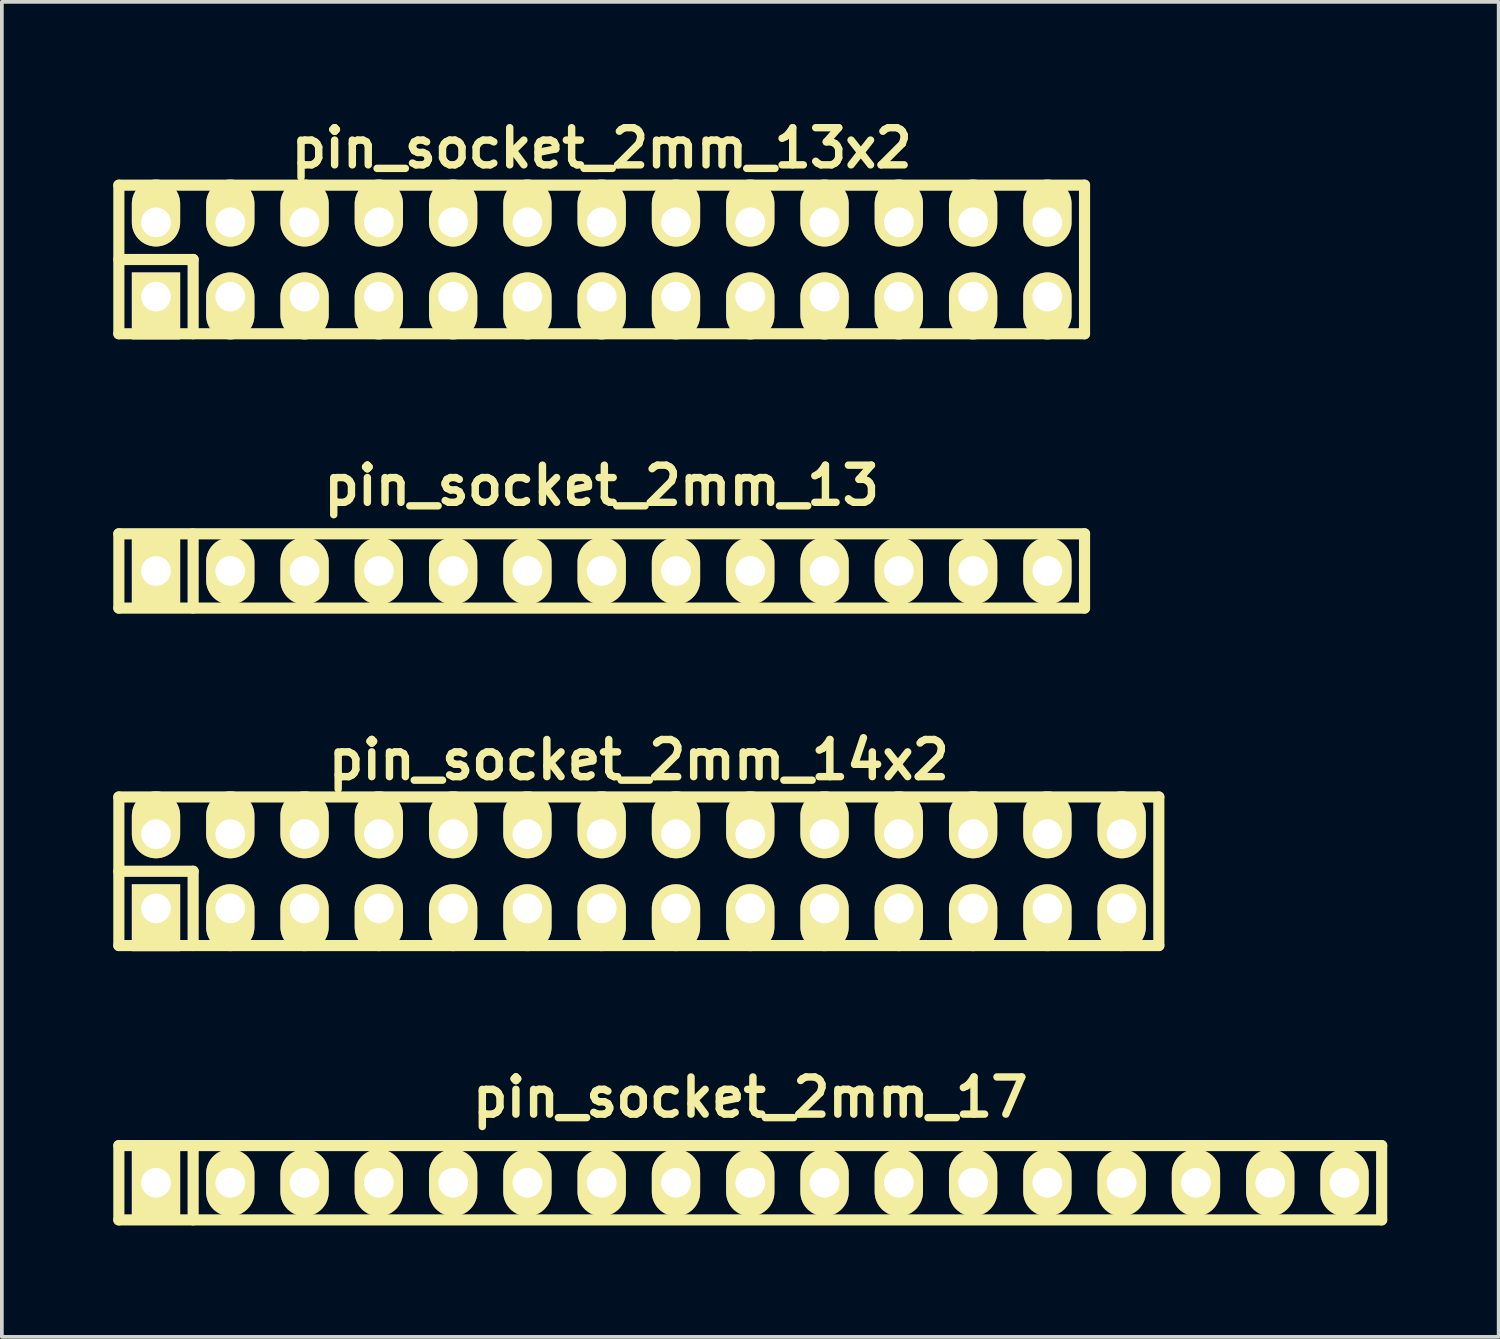
<source format=kicad_pcb>
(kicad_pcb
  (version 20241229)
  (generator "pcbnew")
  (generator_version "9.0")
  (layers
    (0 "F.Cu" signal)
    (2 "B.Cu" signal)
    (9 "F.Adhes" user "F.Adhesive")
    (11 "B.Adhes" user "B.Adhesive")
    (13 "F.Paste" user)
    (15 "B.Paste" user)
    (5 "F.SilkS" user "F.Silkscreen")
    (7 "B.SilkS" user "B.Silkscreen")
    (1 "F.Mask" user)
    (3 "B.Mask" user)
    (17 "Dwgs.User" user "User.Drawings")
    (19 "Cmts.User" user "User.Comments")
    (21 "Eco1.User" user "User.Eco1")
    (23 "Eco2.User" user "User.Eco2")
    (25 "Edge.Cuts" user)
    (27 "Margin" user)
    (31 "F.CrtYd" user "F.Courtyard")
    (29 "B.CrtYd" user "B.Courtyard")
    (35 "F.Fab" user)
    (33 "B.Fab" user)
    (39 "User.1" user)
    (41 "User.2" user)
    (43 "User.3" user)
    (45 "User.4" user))
  (footprint "pin_socket_2mm_14x2"
    (layer "F.Cu")
    (at 14.15 20.408)
    (property "Reference" "pin_socket_2mm_14x2" (at 0 -3 0) (layer "F.SilkS") (effects (font (size 1 1) (thickness 0.2))))
    (attr through_hole)
    (fp_line (start -14 -2) (end 14 -2) (stroke (width 0.3) (type solid)) (layer "F.SilkS"))
    (fp_line (start -14 0) (end -12 0) (stroke (width 0.3) (type solid)) (layer "F.SilkS"))
    (fp_line (start -14 2) (end -14 -2) (stroke (width 0.3) (type solid)) (layer "F.SilkS"))
    (fp_line (start -12 0) (end -12 2) (stroke (width 0.3) (type solid)) (layer "F.SilkS"))
    (fp_line (start 14 -2) (end 14 2) (stroke (width 0.3) (type solid)) (layer "F.SilkS"))
    (fp_line (start 14 2) (end -14 2) (stroke (width 0.3) (type solid)) (layer "F.SilkS"))
    (pad "1" thru_hole rect (at -13 1) (size 1.3 1.8) (drill 0.8 (offset 0 0.25)) (layers "*.Cu" "*.Mask" "F.SilkS"))
    (pad "2" thru_hole oval (at -13 -1) (size 1.3 1.8) (drill 0.8 (offset 0 -0.25)) (layers "*.Cu" "*.Mask" "F.SilkS"))
    (pad "3" thru_hole oval (at -11 1) (size 1.3 1.8) (drill 0.8 (offset 0 0.25)) (layers "*.Cu" "*.Mask" "F.SilkS"))
    (pad "4" thru_hole oval (at -11 -1) (size 1.3 1.8) (drill 0.8 (offset 0 -0.25)) (layers "*.Cu" "*.Mask" "F.SilkS"))
    (pad "5" thru_hole oval (at -9 1) (size 1.3 1.8) (drill 0.8 (offset 0 0.25)) (layers "*.Cu" "*.Mask" "F.SilkS"))
    (pad "6" thru_hole oval (at -9 -1) (size 1.3 1.8) (drill 0.8 (offset 0 -0.25)) (layers "*.Cu" "*.Mask" "F.SilkS"))
    (pad "7" thru_hole oval (at -7 1) (size 1.3 1.8) (drill 0.8 (offset 0 0.25)) (layers "*.Cu" "*.Mask" "F.SilkS"))
    (pad "8" thru_hole oval (at -7 -1) (size 1.3 1.8) (drill 0.8 (offset 0 -0.25)) (layers "*.Cu" "*.Mask" "F.SilkS"))
    (pad "9" thru_hole oval (at -5 1) (size 1.3 1.8) (drill 0.8 (offset 0 0.25)) (layers "*.Cu" "*.Mask" "F.SilkS"))
    (pad "10" thru_hole oval (at -5 -1) (size 1.3 1.8) (drill 0.8 (offset 0 -0.25)) (layers "*.Cu" "*.Mask" "F.SilkS"))
    (pad "11" thru_hole oval (at -3 1) (size 1.3 1.8) (drill 0.8 (offset 0 0.25)) (layers "*.Cu" "*.Mask" "F.SilkS"))
    (pad "12" thru_hole oval (at -3 -1) (size 1.3 1.8) (drill 0.8 (offset 0 -0.25)) (layers "*.Cu" "*.Mask" "F.SilkS"))
    (pad "13" thru_hole oval (at -1 1) (size 1.3 1.8) (drill 0.8 (offset 0 0.25)) (layers "*.Cu" "*.Mask" "F.SilkS"))
    (pad "14" thru_hole oval (at -1 -1) (size 1.3 1.8) (drill 0.8 (offset 0 -0.25)) (layers "*.Cu" "*.Mask" "F.SilkS"))
    (pad "15" thru_hole oval (at 1 1) (size 1.3 1.8) (drill 0.8 (offset 0 0.25)) (layers "*.Cu" "*.Mask" "F.SilkS"))
    (pad "16" thru_hole oval (at 1 -1) (size 1.3 1.8) (drill 0.8 (offset 0 -0.25)) (layers "*.Cu" "*.Mask" "F.SilkS"))
    (pad "17" thru_hole oval (at 3 1) (size 1.3 1.8) (drill 0.8 (offset 0 0.25)) (layers "*.Cu" "*.Mask" "F.SilkS"))
    (pad "18" thru_hole oval (at 3 -1) (size 1.3 1.8) (drill 0.8 (offset 0 -0.25)) (layers "*.Cu" "*.Mask" "F.SilkS"))
    (pad "19" thru_hole oval (at 5 1) (size 1.3 1.8) (drill 0.8 (offset 0 0.25)) (layers "*.Cu" "*.Mask" "F.SilkS"))
    (pad "20" thru_hole oval (at 5 -1) (size 1.3 1.8) (drill 0.8 (offset 0 -0.25)) (layers "*.Cu" "*.Mask" "F.SilkS"))
    (pad "21" thru_hole oval (at 7 1) (size 1.3 1.8) (drill 0.8 (offset 0 0.25)) (layers "*.Cu" "*.Mask" "F.SilkS"))
    (pad "22" thru_hole oval (at 7 -1) (size 1.3 1.8) (drill 0.8 (offset 0 -0.25)) (layers "*.Cu" "*.Mask" "F.SilkS"))
    (pad "23" thru_hole oval (at 9 1) (size 1.3 1.8) (drill 0.8 (offset 0 0.25)) (layers "*.Cu" "*.Mask" "F.SilkS"))
    (pad "24" thru_hole oval (at 9 -1) (size 1.3 1.8) (drill 0.8 (offset 0 -0.25)) (layers "*.Cu" "*.Mask" "F.SilkS"))
    (pad "25" thru_hole oval (at 11 1) (size 1.3 1.8) (drill 0.8 (offset 0 0.25)) (layers "*.Cu" "*.Mask" "F.SilkS"))
    (pad "26" thru_hole oval (at 11 -1) (size 1.3 1.8) (drill 0.8 (offset 0 -0.25)) (layers "*.Cu" "*.Mask" "F.SilkS"))
    (pad "27" thru_hole oval (at 13 1) (size 1.3 1.8) (drill 0.8 (offset 0 0.25)) (layers "*.Cu" "*.Mask" "F.SilkS"))
    (pad "28" thru_hole oval (at 13 -1) (size 1.3 1.8) (drill 0.8 (offset 0 -0.25)) (layers "*.Cu" "*.Mask" "F.SilkS")))
  (footprint "pin_socket_2mm_13x2"
    (layer "F.Cu")
    (at 13.15 3.936)
    (property "Reference" "pin_socket_2mm_13x2" (at 0 -3 0) (layer "F.SilkS") (effects (font (size 1 1) (thickness 0.2))))
    (attr through_hole)
    (fp_line (start -13 -2) (end 13 -2) (stroke (width 0.3) (type solid)) (layer "F.SilkS"))
    (fp_line (start -13 0) (end -11 0) (stroke (width 0.3) (type solid)) (layer "F.SilkS"))
    (fp_line (start -13 2) (end -13 -2) (stroke (width 0.3) (type solid)) (layer "F.SilkS"))
    (fp_line (start -11 0) (end -11 2) (stroke (width 0.3) (type solid)) (layer "F.SilkS"))
    (fp_line (start 13 -2) (end 13 2) (stroke (width 0.3) (type solid)) (layer "F.SilkS"))
    (fp_line (start 13 2) (end -13 2) (stroke (width 0.3) (type solid)) (layer "F.SilkS"))
    (pad "1" thru_hole rect (at -12 1) (size 1.3 1.8) (drill 0.8 (offset 0 0.25)) (layers "*.Cu" "*.Mask" "F.SilkS"))
    (pad "2" thru_hole oval (at -12 -1) (size 1.3 1.8) (drill 0.8 (offset 0 -0.25)) (layers "*.Cu" "*.Mask" "F.SilkS"))
    (pad "3" thru_hole oval (at -10 1) (size 1.3 1.8) (drill 0.8 (offset 0 0.25)) (layers "*.Cu" "*.Mask" "F.SilkS"))
    (pad "4" thru_hole oval (at -10 -1) (size 1.3 1.8) (drill 0.8 (offset 0 -0.25)) (layers "*.Cu" "*.Mask" "F.SilkS"))
    (pad "5" thru_hole oval (at -8 1) (size 1.3 1.8) (drill 0.8 (offset 0 0.25)) (layers "*.Cu" "*.Mask" "F.SilkS"))
    (pad "6" thru_hole oval (at -8 -1) (size 1.3 1.8) (drill 0.8 (offset 0 -0.25)) (layers "*.Cu" "*.Mask" "F.SilkS"))
    (pad "7" thru_hole oval (at -6 1) (size 1.3 1.8) (drill 0.8 (offset 0 0.25)) (layers "*.Cu" "*.Mask" "F.SilkS"))
    (pad "8" thru_hole oval (at -6 -1) (size 1.3 1.8) (drill 0.8 (offset 0 -0.25)) (layers "*.Cu" "*.Mask" "F.SilkS"))
    (pad "9" thru_hole oval (at -4 1) (size 1.3 1.8) (drill 0.8 (offset 0 0.25)) (layers "*.Cu" "*.Mask" "F.SilkS"))
    (pad "10" thru_hole oval (at -4 -1) (size 1.3 1.8) (drill 0.8 (offset 0 -0.25)) (layers "*.Cu" "*.Mask" "F.SilkS"))
    (pad "11" thru_hole oval (at -2 1) (size 1.3 1.8) (drill 0.8 (offset 0 0.25)) (layers "*.Cu" "*.Mask" "F.SilkS"))
    (pad "12" thru_hole oval (at -2 -1) (size 1.3 1.8) (drill 0.8 (offset 0 -0.25)) (layers "*.Cu" "*.Mask" "F.SilkS"))
    (pad "13" thru_hole oval (at 0 1) (size 1.3 1.8) (drill 0.8 (offset 0 0.25)) (layers "*.Cu" "*.Mask" "F.SilkS"))
    (pad "14" thru_hole oval (at 0 -1) (size 1.3 1.8) (drill 0.8 (offset 0 -0.25)) (layers "*.Cu" "*.Mask" "F.SilkS"))
    (pad "15" thru_hole oval (at 2 1) (size 1.3 1.8) (drill 0.8 (offset 0 0.25)) (layers "*.Cu" "*.Mask" "F.SilkS"))
    (pad "16" thru_hole oval (at 2 -1) (size 1.3 1.8) (drill 0.8 (offset 0 -0.25)) (layers "*.Cu" "*.Mask" "F.SilkS"))
    (pad "17" thru_hole oval (at 4 1) (size 1.3 1.8) (drill 0.8 (offset 0 0.25)) (layers "*.Cu" "*.Mask" "F.SilkS"))
    (pad "18" thru_hole oval (at 4 -1) (size 1.3 1.8) (drill 0.8 (offset 0 -0.25)) (layers "*.Cu" "*.Mask" "F.SilkS"))
    (pad "19" thru_hole oval (at 6 1) (size 1.3 1.8) (drill 0.8 (offset 0 0.25)) (layers "*.Cu" "*.Mask" "F.SilkS"))
    (pad "20" thru_hole oval (at 6 -1) (size 1.3 1.8) (drill 0.8 (offset 0 -0.25)) (layers "*.Cu" "*.Mask" "F.SilkS"))
    (pad "21" thru_hole oval (at 8 1) (size 1.3 1.8) (drill 0.8 (offset 0 0.25)) (layers "*.Cu" "*.Mask" "F.SilkS"))
    (pad "22" thru_hole oval (at 8 -1) (size 1.3 1.8) (drill 0.8 (offset 0 -0.25)) (layers "*.Cu" "*.Mask" "F.SilkS"))
    (pad "23" thru_hole oval (at 10 1) (size 1.3 1.8) (drill 0.8 (offset 0 0.25)) (layers "*.Cu" "*.Mask" "F.SilkS"))
    (pad "24" thru_hole oval (at 10 -1) (size 1.3 1.8) (drill 0.8 (offset 0 -0.25)) (layers "*.Cu" "*.Mask" "F.SilkS"))
    (pad "25" thru_hole oval (at 12 1) (size 1.3 1.8) (drill 0.8 (offset 0 0.25)) (layers "*.Cu" "*.Mask" "F.SilkS"))
    (pad "26" thru_hole oval (at 12 -1) (size 1.3 1.8) (drill 0.8 (offset 0 -0.25)) (layers "*.Cu" "*.Mask" "F.SilkS")))
  (footprint "pin_socket_2mm_13"
    (layer "F.Cu")
    (at 13.15 12.322)
    (property "Reference" "pin_socket_2mm_13" (at 0 -2.3 0) (layer "F.SilkS") (effects (font (size 1 1) (thickness 0.2))))
    (attr through_hole)
    (fp_line (start -13 -1) (end 13 -1) (stroke (width 0.3) (type solid)) (layer "F.SilkS"))
    (fp_line (start -13 1) (end -13 -1) (stroke (width 0.3) (type solid)) (layer "F.SilkS"))
    (fp_line (start -11 -1) (end -11 1) (stroke (width 0.3) (type solid)) (layer "F.SilkS"))
    (fp_line (start 13 -1) (end 13 1) (stroke (width 0.3) (type solid)) (layer "F.SilkS"))
    (fp_line (start 13 1) (end -13 1) (stroke (width 0.3) (type solid)) (layer "F.SilkS"))
    (pad "1" thru_hole rect (at -12 0) (size 1.3 1.8) (drill 0.8) (layers "*.Cu" "*.Mask" "F.SilkS"))
    (pad "2" thru_hole oval (at -10 0) (size 1.3 1.8) (drill 0.8) (layers "*.Cu" "*.Mask" "F.SilkS"))
    (pad "3" thru_hole oval (at -8 0) (size 1.3 1.8) (drill 0.8) (layers "*.Cu" "*.Mask" "F.SilkS"))
    (pad "4" thru_hole oval (at -6 0) (size 1.3 1.8) (drill 0.8) (layers "*.Cu" "*.Mask" "F.SilkS"))
    (pad "5" thru_hole oval (at -4 0) (size 1.3 1.8) (drill 0.8) (layers "*.Cu" "*.Mask" "F.SilkS"))
    (pad "6" thru_hole oval (at -2 0) (size 1.3 1.8) (drill 0.8) (layers "*.Cu" "*.Mask" "F.SilkS"))
    (pad "7" thru_hole oval (at 0 0) (size 1.3 1.8) (drill 0.8) (layers "*.Cu" "*.Mask" "F.SilkS"))
    (pad "8" thru_hole oval (at 2 0) (size 1.3 1.8) (drill 0.8) (layers "*.Cu" "*.Mask" "F.SilkS"))
    (pad "9" thru_hole oval (at 4 0) (size 1.3 1.8) (drill 0.8) (layers "*.Cu" "*.Mask" "F.SilkS"))
    (pad "10" thru_hole oval (at 6 0) (size 1.3 1.8) (drill 0.8) (layers "*.Cu" "*.Mask" "F.SilkS"))
    (pad "11" thru_hole oval (at 8 0) (size 1.3 1.8) (drill 0.8) (layers "*.Cu" "*.Mask" "F.SilkS"))
    (pad "12" thru_hole oval (at 10 0) (size 1.3 1.8) (drill 0.8) (layers "*.Cu" "*.Mask" "F.SilkS"))
    (pad "13" thru_hole oval (at 12 0) (size 1.3 1.8) (drill 0.8) (layers "*.Cu" "*.Mask" "F.SilkS")))
  (footprint "pin_socket_2mm_17"
    (layer "F.Cu")
    (at 17.15 28.794)
    (property "Reference" "pin_socket_2mm_17" (at 0 -2.3 0) (layer "F.SilkS") (effects (font (size 1 1) (thickness 0.2))))
    (attr through_hole)
    (fp_line (start -17 -1) (end 17 -1) (stroke (width 0.3) (type solid)) (layer "F.SilkS"))
    (fp_line (start -17 1) (end -17 -1) (stroke (width 0.3) (type solid)) (layer "F.SilkS"))
    (fp_line (start -15 -1) (end -15 1) (stroke (width 0.3) (type solid)) (layer "F.SilkS"))
    (fp_line (start 17 -1) (end 17 1) (stroke (width 0.3) (type solid)) (layer "F.SilkS"))
    (fp_line (start 17 1) (end -17 1) (stroke (width 0.3) (type solid)) (layer "F.SilkS"))
    (pad "1" thru_hole rect (at -16 0) (size 1.3 1.8) (drill 0.8) (layers "*.Cu" "*.Mask" "F.SilkS"))
    (pad "2" thru_hole oval (at -14 0) (size 1.3 1.8) (drill 0.8) (layers "*.Cu" "*.Mask" "F.SilkS"))
    (pad "3" thru_hole oval (at -12 0) (size 1.3 1.8) (drill 0.8) (layers "*.Cu" "*.Mask" "F.SilkS"))
    (pad "4" thru_hole oval (at -10 0) (size 1.3 1.8) (drill 0.8) (layers "*.Cu" "*.Mask" "F.SilkS"))
    (pad "5" thru_hole oval (at -8 0) (size 1.3 1.8) (drill 0.8) (layers "*.Cu" "*.Mask" "F.SilkS"))
    (pad "6" thru_hole oval (at -6 0) (size 1.3 1.8) (drill 0.8) (layers "*.Cu" "*.Mask" "F.SilkS"))
    (pad "7" thru_hole oval (at -4 0) (size 1.3 1.8) (drill 0.8) (layers "*.Cu" "*.Mask" "F.SilkS"))
    (pad "8" thru_hole oval (at -2 0) (size 1.3 1.8) (drill 0.8) (layers "*.Cu" "*.Mask" "F.SilkS"))
    (pad "9" thru_hole oval (at 0 0) (size 1.3 1.8) (drill 0.8) (layers "*.Cu" "*.Mask" "F.SilkS"))
    (pad "10" thru_hole oval (at 2 0) (size 1.3 1.8) (drill 0.8) (layers "*.Cu" "*.Mask" "F.SilkS"))
    (pad "11" thru_hole oval (at 4 0) (size 1.3 1.8) (drill 0.8) (layers "*.Cu" "*.Mask" "F.SilkS"))
    (pad "12" thru_hole oval (at 6 0) (size 1.3 1.8) (drill 0.8) (layers "*.Cu" "*.Mask" "F.SilkS"))
    (pad "13" thru_hole oval (at 8 0) (size 1.3 1.8) (drill 0.8) (layers "*.Cu" "*.Mask" "F.SilkS"))
    (pad "14" thru_hole oval (at 10 0) (size 1.3 1.8) (drill 0.8) (layers "*.Cu" "*.Mask" "F.SilkS"))
    (pad "15" thru_hole oval (at 12 0) (size 1.3 1.8) (drill 0.8) (layers "*.Cu" "*.Mask" "F.SilkS"))
    (pad "16" thru_hole oval (at 14 0) (size 1.3 1.8) (drill 0.8) (layers "*.Cu" "*.Mask" "F.SilkS"))
    (pad "17" thru_hole oval (at 16 0) (size 1.3 1.8) (drill 0.8) (layers "*.Cu" "*.Mask" "F.SilkS")))
  (gr_rect
    (start -3 -3)
    (end 37.3 32.944)
    (stroke (width 0.1) (type default))
    (fill no)
    (layer "Edge.Cuts")))
</source>
